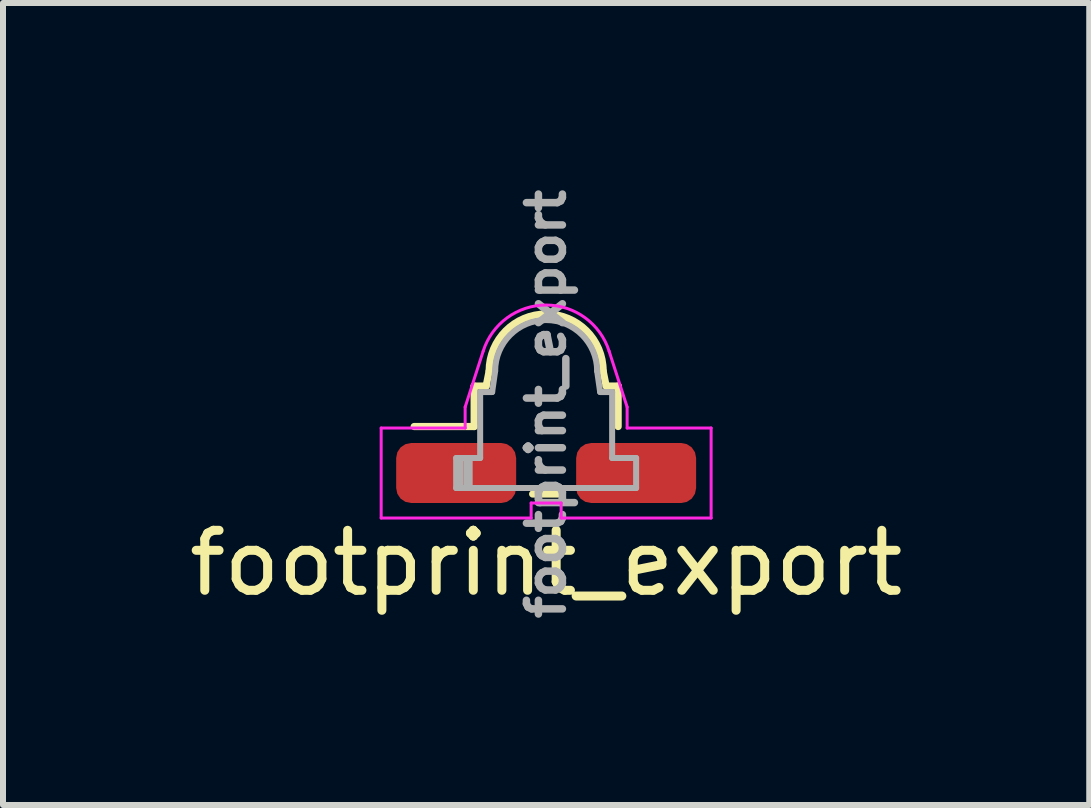
<source format=kicad_pcb>
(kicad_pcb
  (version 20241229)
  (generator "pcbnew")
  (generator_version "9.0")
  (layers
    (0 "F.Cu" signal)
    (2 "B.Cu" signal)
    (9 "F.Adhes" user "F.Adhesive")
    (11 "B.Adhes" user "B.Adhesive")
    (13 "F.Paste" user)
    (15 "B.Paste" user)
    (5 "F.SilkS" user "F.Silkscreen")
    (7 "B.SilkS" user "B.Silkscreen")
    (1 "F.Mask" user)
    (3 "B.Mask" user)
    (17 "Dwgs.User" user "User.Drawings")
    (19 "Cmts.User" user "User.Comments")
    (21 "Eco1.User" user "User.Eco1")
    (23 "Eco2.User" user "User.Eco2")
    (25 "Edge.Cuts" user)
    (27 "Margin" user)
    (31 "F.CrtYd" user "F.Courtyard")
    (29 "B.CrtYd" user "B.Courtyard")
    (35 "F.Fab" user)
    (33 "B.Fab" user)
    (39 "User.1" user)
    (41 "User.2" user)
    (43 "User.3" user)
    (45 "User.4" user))
  (footprint "footprint_export"
    (layer "F.Cu")
    (at 6.054 4.835)
    (property "Reference" "footprint_export" (at 0 1.5 0) (unlocked yes) (layer "F.SilkS") (effects (font (size 1 1) (thickness 0.15))))
    (attr smd)
    (fp_line (start -1.2 -0.775) (end -2.2 -0.775) (stroke (width 0.12) (type solid)) (layer "F.SilkS"))
    (fp_line (start -1.2 -0.775) (end -1.2 -1.45) (stroke (width 0.12) (type solid)) (layer "F.SilkS"))
    (fp_line (start -1 -1.45) (end -1.2 -1.45) (stroke (width 0.12) (type solid)) (layer "F.SilkS"))
    (fp_line (start -1 -1.45) (end -0.95 -1.7) (stroke (width 0.12) (type solid)) (layer "F.SilkS"))
    (fp_line (start -0.225 0.35) (end 0.225 0.35) (stroke (width 0.12) (type solid)) (layer "F.SilkS"))
    (fp_line (start 0.95 -1.7) (end 1 -1.45) (stroke (width 0.12) (type solid)) (layer "F.SilkS"))
    (fp_line (start 1.2 -1.45) (end 1 -1.45) (stroke (width 0.12) (type solid)) (layer "F.SilkS"))
    (fp_line (start 1.2 -0.775) (end 1.2 -1.45) (stroke (width 0.12) (type solid)) (layer "F.SilkS"))
    (fp_arc (start -0.95 -1.7) (mid 0 -2.65) (end 0.95 -1.7) (stroke (width 0.12) (type solid)) (layer "F.SilkS"))
    (fp_line (start -2.75 -0.75) (end -2.75 0.75) (stroke (width 0.05) (type solid)) (layer "F.CrtYd"))
    (fp_line (start -2.75 0.75) (end -0.25 0.75) (stroke (width 0.05) (type solid)) (layer "F.CrtYd"))
    (fp_line (start -1.35 -1.1) (end -1.05 -2.03) (stroke (width 0.05) (type solid)) (layer "F.CrtYd"))
    (fp_line (start -1.35 -0.75) (end -2.75 -0.75) (stroke (width 0.05) (type solid)) (layer "F.CrtYd"))
    (fp_line (start -1.35 -0.75) (end -1.35 -1.1) (stroke (width 0.05) (type solid)) (layer "F.CrtYd"))
    (fp_line (start -0.25 0.5) (end 0.25 0.5) (stroke (width 0.05) (type solid)) (layer "F.CrtYd"))
    (fp_line (start -0.25 0.75) (end -0.25 0.5) (stroke (width 0.05) (type solid)) (layer "F.CrtYd"))
    (fp_line (start 0.25 0.75) (end 0.25 0.5) (stroke (width 0.05) (type solid)) (layer "F.CrtYd"))
    (fp_line (start 1.35 -1.1) (end 1.05 -2.03) (stroke (width 0.05) (type solid)) (layer "F.CrtYd"))
    (fp_line (start 1.35 -0.75) (end 1.35 -1.1) (stroke (width 0.05) (type solid)) (layer "F.CrtYd"))
    (fp_line (start 1.35 -0.75) (end 2.75 -0.75) (stroke (width 0.05) (type solid)) (layer "F.CrtYd"))
    (fp_line (start 2.75 -0.75) (end 2.75 0.75) (stroke (width 0.05) (type solid)) (layer "F.CrtYd"))
    (fp_line (start 2.75 0.75) (end 0.25 0.75) (stroke (width 0.05) (type solid)) (layer "F.CrtYd"))
    (fp_arc (start -1.05 -2.03) (mid 0 -2.8) (end 1.05 -2.03) (stroke (width 0.05) (type solid)) (layer "F.CrtYd"))
    (fp_line (start -1.5 -0.25) (end -1.1 -0.25) (stroke (width 0.1) (type solid)) (layer "F.Fab"))
    (fp_line (start -1.5 0.25) (end -1.5 -0.25) (stroke (width 0.1) (type solid)) (layer "F.Fab"))
    (fp_line (start -1.425 -0.25) (end -1.425 0.25) (stroke (width 0.1) (type solid)) (layer "F.Fab"))
    (fp_line (start -1.325 -0.25) (end -1.325 0.25) (stroke (width 0.1) (type solid)) (layer "F.Fab"))
    (fp_line (start -1.275 -0.25) (end -1.275 0.25) (stroke (width 0.1) (type solid)) (layer "F.Fab"))
    (fp_line (start -1.1 -1.35) (end -0.9 -1.35) (stroke (width 0.1) (type solid)) (layer "F.Fab"))
    (fp_line (start -1.1 -0.25) (end -1.1 -1.35) (stroke (width 0.1) (type solid)) (layer "F.Fab"))
    (fp_line (start -0.9 -1.35) (end -0.85 -1.7) (stroke (width 0.1) (type solid)) (layer "F.Fab"))
    (fp_line (start 0.9 -1.35) (end 0.85 -1.7) (stroke (width 0.1) (type solid)) (layer "F.Fab"))
    (fp_line (start 0.9 -1.35) (end 1.1 -1.35) (stroke (width 0.1) (type solid)) (layer "F.Fab"))
    (fp_line (start 1.1 -1.35) (end 1.1 -0.25) (stroke (width 0.1) (type solid)) (layer "F.Fab"))
    (fp_line (start 1.1 -0.25) (end 1.5 -0.25) (stroke (width 0.1) (type solid)) (layer "F.Fab"))
    (fp_line (start 1.5 -0.25) (end 1.5 0.25) (stroke (width 0.1) (type solid)) (layer "F.Fab"))
    (fp_line (start 1.5 0.25) (end -1.5 0.25) (stroke (width 0.1) (type solid)) (layer "F.Fab"))
    (fp_arc (start -0.85 -1.7) (mid 0 -2.55) (end 0.85 -1.7) (stroke (width 0.1) (type solid)) (layer "F.Fab"))
    (fp_text user "${REFERENCE}" (at 0 -1.15 90) (unlocked yes) (layer "F.Fab") (effects (font (size 0.6 0.6) (thickness 0.125))))
    (pad "1" smd roundrect (at -1.5 0) (size 2 1) (layers "F.Cu" "F.Mask" "F.Paste") (roundrect_rratio 0.25))
    (pad "2" smd roundrect (at 1.5 0) (size 2 1) (layers "F.Cu" "F.Mask" "F.Paste") (roundrect_rratio 0.25)))
  (gr_rect
    (start -3 -3)
    (end 15.107 10.369)
    (stroke (width 0.1) (type default))
    (fill no)
    (layer "Edge.Cuts")))
</source>
